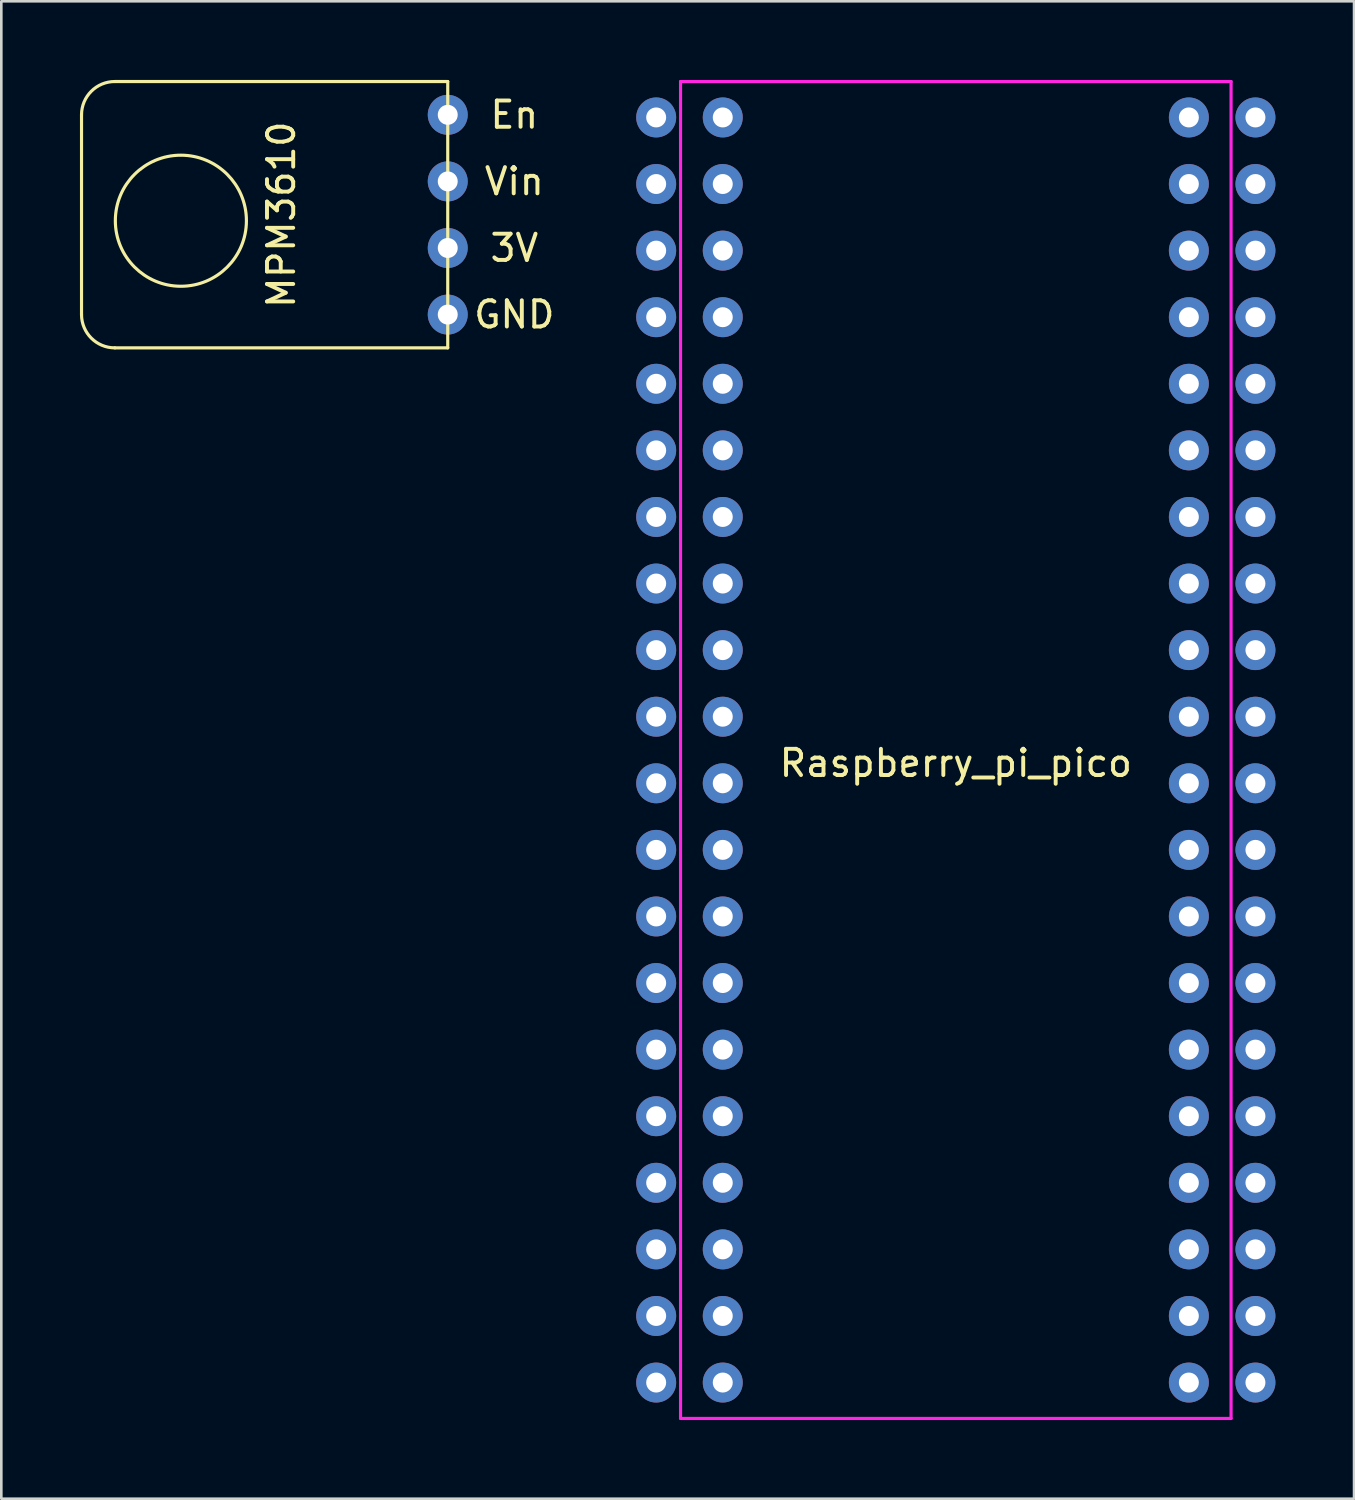
<source format=kicad_pcb>
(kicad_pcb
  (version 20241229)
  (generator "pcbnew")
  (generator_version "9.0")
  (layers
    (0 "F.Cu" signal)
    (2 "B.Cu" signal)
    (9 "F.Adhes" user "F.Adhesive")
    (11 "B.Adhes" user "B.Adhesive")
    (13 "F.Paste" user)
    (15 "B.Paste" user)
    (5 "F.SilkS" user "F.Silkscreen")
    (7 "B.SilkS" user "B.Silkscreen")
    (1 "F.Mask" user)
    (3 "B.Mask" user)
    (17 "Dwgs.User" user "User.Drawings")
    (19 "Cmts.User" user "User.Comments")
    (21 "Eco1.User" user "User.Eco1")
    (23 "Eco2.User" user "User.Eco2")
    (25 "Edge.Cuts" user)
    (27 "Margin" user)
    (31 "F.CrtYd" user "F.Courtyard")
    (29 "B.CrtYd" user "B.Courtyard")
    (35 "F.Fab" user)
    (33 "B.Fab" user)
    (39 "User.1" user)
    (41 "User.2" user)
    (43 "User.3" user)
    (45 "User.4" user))
  (footprint "Raspberry_pi_pico"
    (layer "F.Cu")
    (at 33.411 25.56)
    (property "Reference" "Raspberry_pi_pico" (at 0 0.5 0) (layer "F.SilkS") (effects (font (size 1 1) (thickness 0.15))))
    (attr through_hole)
    (fp_line (start -10.5 -25.5) (end 10.5 -25.5) (stroke (width 0.12) (type solid)) (layer "F.CrtYd"))
    (fp_line (start -10.5 25.5) (end -10.5 -25.5) (stroke (width 0.12) (type solid)) (layer "F.CrtYd"))
    (fp_line (start -10.5 25.5) (end 10.5 25.5) (stroke (width 0.12) (type solid)) (layer "F.CrtYd"))
    (fp_line (start 10.5 -25.5) (end 10.5 25.5) (stroke (width 0.12) (type solid)) (layer "F.CrtYd"))
    (pad "1" thru_hole circle (at -8.89 -24.13) (size 1.524 1.524) (drill 0.762) (layers "*.Cu" "*.Mask"))
    (pad "2" thru_hole circle (at -8.89 -21.59) (size 1.524 1.524) (drill 0.762) (layers "*.Cu" "*.Mask"))
    (pad "3" thru_hole circle (at -8.89 -19.05) (size 1.524 1.524) (drill 0.762) (layers "*.Cu" "*.Mask"))
    (pad "4" thru_hole circle (at -8.89 -16.51) (size 1.524 1.524) (drill 0.762) (layers "*.Cu" "*.Mask"))
    (pad "5" thru_hole circle (at -8.89 -13.97) (size 1.524 1.524) (drill 0.762) (layers "*.Cu" "*.Mask"))
    (pad "6" thru_hole circle (at -8.89 -11.43) (size 1.524 1.524) (drill 0.762) (layers "*.Cu" "*.Mask"))
    (pad "7" thru_hole circle (at -8.89 -8.89) (size 1.524 1.524) (drill 0.762) (layers "*.Cu" "*.Mask"))
    (pad "8" thru_hole circle (at -8.89 -6.35) (size 1.524 1.524) (drill 0.762) (layers "*.Cu" "*.Mask"))
    (pad "9" thru_hole circle (at -8.89 -3.81) (size 1.524 1.524) (drill 0.762) (layers "*.Cu" "*.Mask"))
    (pad "10" thru_hole circle (at -8.89 -1.27) (size 1.524 1.524) (drill 0.762) (layers "*.Cu" "*.Mask"))
    (pad "11" thru_hole circle (at -8.89 1.27) (size 1.524 1.524) (drill 0.762) (layers "*.Cu" "*.Mask"))
    (pad "12" thru_hole circle (at -8.89 3.81) (size 1.524 1.524) (drill 0.762) (layers "*.Cu" "*.Mask"))
    (pad "13" thru_hole circle (at -8.89 6.35) (size 1.524 1.524) (drill 0.762) (layers "*.Cu" "*.Mask"))
    (pad "14" thru_hole circle (at -8.89 8.89) (size 1.524 1.524) (drill 0.762) (layers "*.Cu" "*.Mask"))
    (pad "15" thru_hole circle (at -8.89 11.43) (size 1.524 1.524) (drill 0.762) (layers "*.Cu" "*.Mask"))
    (pad "16" thru_hole circle (at -8.89 13.97) (size 1.524 1.524) (drill 0.762) (layers "*.Cu" "*.Mask"))
    (pad "17" thru_hole circle (at -8.89 16.51) (size 1.524 1.524) (drill 0.762) (layers "*.Cu" "*.Mask"))
    (pad "18" thru_hole circle (at -8.89 19.05) (size 1.524 1.524) (drill 0.762) (layers "*.Cu" "*.Mask"))
    (pad "19" thru_hole circle (at -8.89 21.59) (size 1.524 1.524) (drill 0.762) (layers "*.Cu" "*.Mask"))
    (pad "20" thru_hole circle (at -8.89 24.13) (size 1.524 1.524) (drill 0.762) (layers "*.Cu" "*.Mask"))
    (pad "21" thru_hole circle (at 8.89 24.13) (size 1.524 1.524) (drill 0.762) (layers "*.Cu" "*.Mask"))
    (pad "22" thru_hole circle (at 8.89 21.59) (size 1.524 1.524) (drill 0.762) (layers "*.Cu" "*.Mask"))
    (pad "23" thru_hole circle (at 8.89 19.05) (size 1.524 1.524) (drill 0.762) (layers "*.Cu" "*.Mask"))
    (pad "24" thru_hole circle (at 8.89 16.51) (size 1.524 1.524) (drill 0.762) (layers "*.Cu" "*.Mask"))
    (pad "25" thru_hole circle (at 8.89 13.97) (size 1.524 1.524) (drill 0.762) (layers "*.Cu" "*.Mask"))
    (pad "26" thru_hole circle (at 8.89 11.43) (size 1.524 1.524) (drill 0.762) (layers "*.Cu" "*.Mask"))
    (pad "27" thru_hole circle (at 8.89 8.89) (size 1.524 1.524) (drill 0.762) (layers "*.Cu" "*.Mask"))
    (pad "28" thru_hole circle (at 8.89 6.35) (size 1.524 1.524) (drill 0.762) (layers "*.Cu" "*.Mask"))
    (pad "29" thru_hole circle (at 8.89 3.81) (size 1.524 1.524) (drill 0.762) (layers "*.Cu" "*.Mask"))
    (pad "30" thru_hole circle (at 8.89 1.27) (size 1.524 1.524) (drill 0.762) (layers "*.Cu" "*.Mask"))
    (pad "31" thru_hole circle (at 8.89 -1.27) (size 1.524 1.524) (drill 0.762) (layers "*.Cu" "*.Mask"))
    (pad "32" thru_hole circle (at 8.89 -3.81) (size 1.524 1.524) (drill 0.762) (layers "*.Cu" "*.Mask"))
    (pad "33" thru_hole circle (at 8.89 -6.35) (size 1.524 1.524) (drill 0.762) (layers "*.Cu" "*.Mask"))
    (pad "34" thru_hole circle (at 8.89 -8.89) (size 1.524 1.524) (drill 0.762) (layers "*.Cu" "*.Mask"))
    (pad "35" thru_hole circle (at 8.89 -11.43) (size 1.524 1.524) (drill 0.762) (layers "*.Cu" "*.Mask"))
    (pad "36" thru_hole circle (at 8.89 -13.97) (size 1.524 1.524) (drill 0.762) (layers "*.Cu" "*.Mask"))
    (pad "37" thru_hole circle (at 8.89 -16.51) (size 1.524 1.524) (drill 0.762) (layers "*.Cu" "*.Mask"))
    (pad "38" thru_hole circle (at 8.89 -19.05) (size 1.524 1.524) (drill 0.762) (layers "*.Cu" "*.Mask"))
    (pad "39" thru_hole circle (at 8.89 -21.59) (size 1.524 1.524) (drill 0.762) (layers "*.Cu" "*.Mask"))
    (pad "40" thru_hole circle (at 8.89 -24.13) (size 1.524 1.524) (drill 0.762) (layers "*.Cu" "*.Mask"))
    (pad "41" thru_hole circle (at -11.43 -24.13) (size 1.524 1.524) (drill 0.762) (layers "*.Cu" "*.Mask"))
    (pad "42" thru_hole circle (at -11.43 -21.59) (size 1.524 1.524) (drill 0.762) (layers "*.Cu" "*.Mask"))
    (pad "43" thru_hole circle (at -11.43 -19.05) (size 1.524 1.524) (drill 0.762) (layers "*.Cu" "*.Mask"))
    (pad "44" thru_hole circle (at -11.43 -16.51) (size 1.524 1.524) (drill 0.762) (layers "*.Cu" "*.Mask"))
    (pad "45" thru_hole circle (at -11.43 -13.97) (size 1.524 1.524) (drill 0.762) (layers "*.Cu" "*.Mask"))
    (pad "46" thru_hole circle (at -11.43 -11.43) (size 1.524 1.524) (drill 0.762) (layers "*.Cu" "*.Mask"))
    (pad "47" thru_hole circle (at -11.43 -8.89) (size 1.524 1.524) (drill 0.762) (layers "*.Cu" "*.Mask"))
    (pad "48" thru_hole circle (at -11.43 -6.35) (size 1.524 1.524) (drill 0.762) (layers "*.Cu" "*.Mask"))
    (pad "49" thru_hole circle (at -11.43 -3.81) (size 1.524 1.524) (drill 0.762) (layers "*.Cu" "*.Mask"))
    (pad "50" thru_hole circle (at -11.43 -1.27) (size 1.524 1.524) (drill 0.762) (layers "*.Cu" "*.Mask"))
    (pad "51" thru_hole circle (at -11.43 1.27) (size 1.524 1.524) (drill 0.762) (layers "*.Cu" "*.Mask"))
    (pad "52" thru_hole circle (at -11.43 3.81) (size 1.524 1.524) (drill 0.762) (layers "*.Cu" "*.Mask"))
    (pad "53" thru_hole circle (at -11.43 6.35) (size 1.524 1.524) (drill 0.762) (layers "*.Cu" "*.Mask"))
    (pad "54" thru_hole circle (at -11.43 8.89) (size 1.524 1.524) (drill 0.762) (layers "*.Cu" "*.Mask"))
    (pad "55" thru_hole circle (at -11.43 11.43) (size 1.524 1.524) (drill 0.762) (layers "*.Cu" "*.Mask"))
    (pad "56" thru_hole circle (at -11.43 13.97) (size 1.524 1.524) (drill 0.762) (layers "*.Cu" "*.Mask"))
    (pad "57" thru_hole circle (at -11.43 16.51) (size 1.524 1.524) (drill 0.762) (layers "*.Cu" "*.Mask"))
    (pad "58" thru_hole circle (at -11.43 19.05) (size 1.524 1.524) (drill 0.762) (layers "*.Cu" "*.Mask"))
    (pad "59" thru_hole circle (at -11.43 21.59) (size 1.524 1.524) (drill 0.762) (layers "*.Cu" "*.Mask"))
    (pad "60" thru_hole circle (at -11.43 24.13) (size 1.524 1.524) (drill 0.762) (layers "*.Cu" "*.Mask"))
    (pad "61" thru_hole circle (at 11.43 24.13) (size 1.524 1.524) (drill 0.762) (layers "*.Cu" "*.Mask"))
    (pad "62" thru_hole circle (at 11.43 21.59) (size 1.524 1.524) (drill 0.762) (layers "*.Cu" "*.Mask"))
    (pad "63" thru_hole circle (at 11.43 19.05) (size 1.524 1.524) (drill 0.762) (layers "*.Cu" "*.Mask"))
    (pad "64" thru_hole circle (at 11.43 16.51) (size 1.524 1.524) (drill 0.762) (layers "*.Cu" "*.Mask"))
    (pad "65" thru_hole circle (at 11.43 13.97) (size 1.524 1.524) (drill 0.762) (layers "*.Cu" "*.Mask"))
    (pad "66" thru_hole circle (at 11.43 11.43) (size 1.524 1.524) (drill 0.762) (layers "*.Cu" "*.Mask"))
    (pad "67" thru_hole circle (at 11.43 8.89) (size 1.524 1.524) (drill 0.762) (layers "*.Cu" "*.Mask"))
    (pad "68" thru_hole circle (at 11.43 6.35) (size 1.524 1.524) (drill 0.762) (layers "*.Cu" "*.Mask"))
    (pad "69" thru_hole circle (at 11.43 3.81) (size 1.524 1.524) (drill 0.762) (layers "*.Cu" "*.Mask"))
    (pad "71" thru_hole circle (at 11.43 1.27) (size 1.524 1.524) (drill 0.762) (layers "*.Cu" "*.Mask"))
    (pad "72" thru_hole circle (at 11.43 -1.27) (size 1.524 1.524) (drill 0.762) (layers "*.Cu" "*.Mask"))
    (pad "73" thru_hole circle (at 11.43 -3.81) (size 1.524 1.524) (drill 0.762) (layers "*.Cu" "*.Mask"))
    (pad "74" thru_hole circle (at 11.43 -6.35) (size 1.524 1.524) (drill 0.762) (layers "*.Cu" "*.Mask"))
    (pad "75" thru_hole circle (at 11.43 -8.89) (size 1.524 1.524) (drill 0.762) (layers "*.Cu" "*.Mask"))
    (pad "76" thru_hole circle (at 11.43 -11.43) (size 1.524 1.524) (drill 0.762) (layers "*.Cu" "*.Mask"))
    (pad "77" thru_hole circle (at 11.43 -13.97) (size 1.524 1.524) (drill 0.762) (layers "*.Cu" "*.Mask"))
    (pad "78" thru_hole circle (at 11.43 -16.51) (size 1.524 1.524) (drill 0.762) (layers "*.Cu" "*.Mask"))
    (pad "79" thru_hole circle (at 11.43 -19.05) (size 1.524 1.524) (drill 0.762) (layers "*.Cu" "*.Mask"))
    (pad "80" thru_hole circle (at 11.43 -21.59) (size 1.524 1.524) (drill 0.762) (layers "*.Cu" "*.Mask"))
    (pad "81" thru_hole circle (at 11.43 -24.13) (size 1.524 1.524) (drill 0.762) (layers "*.Cu" "*.Mask")))
  (footprint "MPM3610"
    (layer "F.Cu")
    (at 8.95 3.87 90)
    (property "Reference" "MPM3610" (at -1.27 -1.27 90) (layer "F.SilkS") (effects (font (size 1 1) (thickness 0.15))))
    (attr through_hole)
    (fp_line (start 2.54 -8.89) (end -5.08 -8.89) (stroke (width 0.12) (type solid)) (layer "F.SilkS"))
    (fp_line (start 3.81 5.08) (end 3.81 -7.62) (stroke (width 0.12) (type solid)) (layer "F.SilkS"))
    (fp_line (start -6.35 5.08) (end -6.35 -7.62) (stroke (width 0.12) (type solid)) (layer "F.SilkS"))
    (fp_line (start -6.35 5.08) (end 3.81 5.08) (stroke (width 0.12) (type solid)) (layer "F.SilkS"))
    (fp_arc (start 2.54 -8.89) (mid 3.438026 -8.518026) (end 3.81 -7.62) (stroke (width 0.12) (type solid)) (layer "F.SilkS"))
    (fp_arc (start -6.35 -7.62) (mid -5.978026 -8.518026) (end -5.08 -8.89) (stroke (width 0.12) (type solid)) (layer "F.SilkS"))
    (fp_circle (center -1.5 -5.1) (end 1 -5.1) (stroke (width 0.12) (type solid)) (fill no) (layer "F.SilkS"))
    (fp_text user "GND" (at -5.08 7.62 0) (layer "F.SilkS") (effects (font (size 1 1) (thickness 0.15))))
    (fp_text user "Vin" (at 0 7.62 180) (layer "F.SilkS") (effects (font (size 1 1) (thickness 0.15))))
    (fp_text user "3V" (at -2.54 7.62 180) (layer "F.SilkS") (effects (font (size 1 1) (thickness 0.15))))
    (fp_text user "En" (at 2.54 7.62 180) (layer "F.SilkS") (effects (font (size 1 1) (thickness 0.15))))
    (pad "1" thru_hole circle (at 2.54 5.08 90) (size 1.524 1.524) (drill 0.762) (layers "*.Cu" "*.Mask"))
    (pad "2" thru_hole circle (at 0 5.08 90) (size 1.524 1.524) (drill 0.762) (layers "*.Cu" "*.Mask"))
    (pad "3" thru_hole circle (at -2.54 5.08 90) (size 1.524 1.524) (drill 0.762) (layers "*.Cu" "*.Mask"))
    (pad "4" thru_hole circle (at -5.08 5.08 90) (size 1.524 1.524) (drill 0.762) (layers "*.Cu" "*.Mask")))
  (gr_rect
    (start -3 -3)
    (end 48.603 54.12)
    (stroke (width 0.1) (type default))
    (fill no)
    (layer "Edge.Cuts")))
</source>
